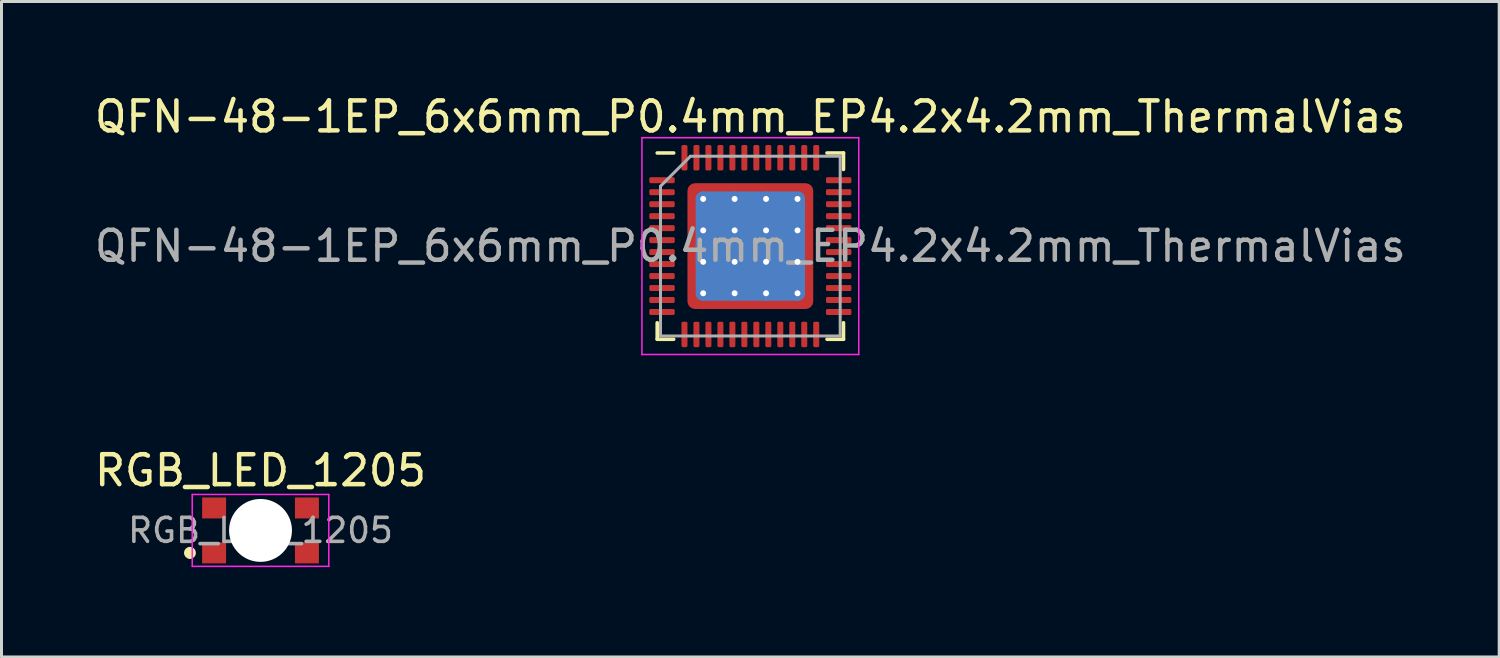
<source format=kicad_pcb>
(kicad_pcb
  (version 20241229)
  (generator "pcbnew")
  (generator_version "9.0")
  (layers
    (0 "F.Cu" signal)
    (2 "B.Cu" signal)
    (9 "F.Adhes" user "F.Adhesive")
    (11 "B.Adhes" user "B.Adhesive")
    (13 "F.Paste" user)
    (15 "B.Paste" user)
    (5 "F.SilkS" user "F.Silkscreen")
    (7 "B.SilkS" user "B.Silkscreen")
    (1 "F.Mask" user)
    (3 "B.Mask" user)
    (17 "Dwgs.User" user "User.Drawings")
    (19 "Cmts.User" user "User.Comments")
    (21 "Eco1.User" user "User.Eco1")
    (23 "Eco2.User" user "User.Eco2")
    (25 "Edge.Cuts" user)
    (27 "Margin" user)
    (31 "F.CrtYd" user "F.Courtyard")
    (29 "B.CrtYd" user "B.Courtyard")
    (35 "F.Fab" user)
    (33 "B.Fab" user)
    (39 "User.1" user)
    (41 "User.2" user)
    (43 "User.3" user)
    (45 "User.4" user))
  (footprint "QFN-48-1EP_6x6mm_P0.4mm_EP4.2x4.2mm_ThermalVias"
    (layer "F.Cu")
    (at 22.006 5.168)
    (property "Reference" "QFN-48-1EP_6x6mm_P0.4mm_EP4.2x4.2mm_ThermalVias" (at 0 -4.32 0) (layer "F.SilkS") (effects (font (size 1 1) (thickness 0.15))))
    (attr smd)
    (fp_line (start -3.11 3.11) (end -3.11 2.56) (stroke (width 0.12) (type solid)) (layer "F.SilkS"))
    (fp_line (start -2.56 -3.11) (end -3.11 -3.11) (stroke (width 0.12) (type solid)) (layer "F.SilkS"))
    (fp_line (start -2.56 3.11) (end -3.11 3.11) (stroke (width 0.12) (type solid)) (layer "F.SilkS"))
    (fp_line (start 2.56 -3.11) (end 3.11 -3.11) (stroke (width 0.12) (type solid)) (layer "F.SilkS"))
    (fp_line (start 2.56 3.11) (end 3.11 3.11) (stroke (width 0.12) (type solid)) (layer "F.SilkS"))
    (fp_line (start 3.11 -3.11) (end 3.11 -2.56) (stroke (width 0.12) (type solid)) (layer "F.SilkS"))
    (fp_line (start 3.11 3.11) (end 3.11 2.56) (stroke (width 0.12) (type solid)) (layer "F.SilkS"))
    (fp_line (start -3.62 -3.62) (end -3.62 3.62) (stroke (width 0.05) (type solid)) (layer "F.CrtYd"))
    (fp_line (start -3.62 3.62) (end 3.62 3.62) (stroke (width 0.05) (type solid)) (layer "F.CrtYd"))
    (fp_line (start 3.62 -3.62) (end -3.62 -3.62) (stroke (width 0.05) (type solid)) (layer "F.CrtYd"))
    (fp_line (start 3.62 3.62) (end 3.62 -3.62) (stroke (width 0.05) (type solid)) (layer "F.CrtYd"))
    (fp_line (start -3 -2) (end -2 -3) (stroke (width 0.1) (type solid)) (layer "F.Fab"))
    (fp_line (start -3 3) (end -3 -2) (stroke (width 0.1) (type solid)) (layer "F.Fab"))
    (fp_line (start -2 -3) (end 3 -3) (stroke (width 0.1) (type solid)) (layer "F.Fab"))
    (fp_line (start 3 -3) (end 3 3) (stroke (width 0.1) (type solid)) (layer "F.Fab"))
    (fp_line (start 3 3) (end -3 3) (stroke (width 0.1) (type solid)) (layer "F.Fab"))
    (fp_text user "${REFERENCE}" (at 0 0 0) (layer "F.Fab") (effects (font (size 1 1) (thickness 0.15))))
    (pad "" smd custom (at -1.837 -1.837) (size 0.295 0.295) (layers "F.Paste") (options (anchor circle)) (primitives (gr_poly (pts (xy -0.106 -0.106) (xy 0.106 -0.106) (xy 0.106 -0.013) (xy -0.013 0.106) (xy -0.106 0.106)) (width 0.212) (fill yes))))
    (pad "" smd custom (at -1.837 -1.05) (size 0.331 0.331) (layers "F.Paste") (options (anchor circle)) (primitives (gr_poly (pts (xy -0.12 -0.331) (xy 0.043 -0.331) (xy 0.12 -0.255) (xy 0.12 0.255) (xy 0.043 0.331) (xy -0.12 0.331)) (width 0.184) (fill yes))))
    (pad "" smd custom (at -1.837 0) (size 0.331 0.331) (layers "F.Paste") (options (anchor circle)) (primitives (gr_poly (pts (xy -0.12 -0.331) (xy 0.043 -0.331) (xy 0.12 -0.255) (xy 0.12 0.255) (xy 0.043 0.331) (xy -0.12 0.331)) (width 0.184) (fill yes))))
    (pad "" smd custom (at -1.837 1.05) (size 0.331 0.331) (layers "F.Paste") (options (anchor circle)) (primitives (gr_poly (pts (xy -0.12 -0.331) (xy 0.043 -0.331) (xy 0.12 -0.255) (xy 0.12 0.255) (xy 0.043 0.331) (xy -0.12 0.331)) (width 0.184) (fill yes))))
    (pad "" smd custom (at -1.837 1.837) (size 0.295 0.295) (layers "F.Paste") (options (anchor circle)) (primitives (gr_poly (pts (xy -0.106 -0.106) (xy -0.013 -0.106) (xy 0.106 0.013) (xy 0.106 0.106) (xy -0.106 0.106)) (width 0.212) (fill yes))))
    (pad "" smd custom (at -1.05 -1.837) (size 0.331 0.331) (layers "F.Paste") (options (anchor circle)) (primitives (gr_poly (pts (xy -0.331 -0.12) (xy 0.331 -0.12) (xy 0.331 0.043) (xy 0.255 0.12) (xy -0.255 0.12) (xy -0.331 0.043)) (width 0.184) (fill yes))))
    (pad "" smd roundrect (at -1.05 -1.05) (size 0.847 0.847) (layers "F.Paste") (roundrect_rratio 0.25))
    (pad "" smd roundrect (at -1.05 0) (size 0.847 0.847) (layers "F.Paste") (roundrect_rratio 0.25))
    (pad "" smd roundrect (at -1.05 1.05) (size 0.847 0.847) (layers "F.Paste") (roundrect_rratio 0.25))
    (pad "" smd custom (at -1.05 1.837) (size 0.331 0.331) (layers "F.Paste") (options (anchor circle)) (primitives (gr_poly (pts (xy -0.331 -0.043) (xy -0.255 -0.12) (xy 0.255 -0.12) (xy 0.331 -0.043) (xy 0.331 0.12) (xy -0.331 0.12)) (width 0.184) (fill yes))))
    (pad "" smd custom (at 0 -1.837) (size 0.331 0.331) (layers "F.Paste") (options (anchor circle)) (primitives (gr_poly (pts (xy -0.331 -0.12) (xy 0.331 -0.12) (xy 0.331 0.043) (xy 0.255 0.12) (xy -0.255 0.12) (xy -0.331 0.043)) (width 0.184) (fill yes))))
    (pad "" smd roundrect (at 0 -1.05) (size 0.847 0.847) (layers "F.Paste") (roundrect_rratio 0.25))
    (pad "" smd roundrect (at 0 0) (size 0.847 0.847) (layers "F.Paste") (roundrect_rratio 0.25))
    (pad "" smd roundrect (at 0 1.05) (size 0.847 0.847) (layers "F.Paste") (roundrect_rratio 0.25))
    (pad "" smd custom (at 0 1.837) (size 0.331 0.331) (layers "F.Paste") (options (anchor circle)) (primitives (gr_poly (pts (xy -0.331 -0.043) (xy -0.255 -0.12) (xy 0.255 -0.12) (xy 0.331 -0.043) (xy 0.331 0.12) (xy -0.331 0.12)) (width 0.184) (fill yes))))
    (pad "" smd custom (at 1.05 -1.837) (size 0.331 0.331) (layers "F.Paste") (options (anchor circle)) (primitives (gr_poly (pts (xy -0.331 -0.12) (xy 0.331 -0.12) (xy 0.331 0.043) (xy 0.255 0.12) (xy -0.255 0.12) (xy -0.331 0.043)) (width 0.184) (fill yes))))
    (pad "" smd roundrect (at 1.05 -1.05) (size 0.847 0.847) (layers "F.Paste") (roundrect_rratio 0.25))
    (pad "" smd roundrect (at 1.05 0) (size 0.847 0.847) (layers "F.Paste") (roundrect_rratio 0.25))
    (pad "" smd roundrect (at 1.05 1.05) (size 0.847 0.847) (layers "F.Paste") (roundrect_rratio 0.25))
    (pad "" smd custom (at 1.05 1.837) (size 0.331 0.331) (layers "F.Paste") (options (anchor circle)) (primitives (gr_poly (pts (xy -0.331 -0.043) (xy -0.255 -0.12) (xy 0.255 -0.12) (xy 0.331 -0.043) (xy 0.331 0.12) (xy -0.331 0.12)) (width 0.184) (fill yes))))
    (pad "" smd custom (at 1.837 -1.837) (size 0.295 0.295) (layers "F.Paste") (options (anchor circle)) (primitives (gr_poly (pts (xy -0.106 -0.106) (xy 0.106 -0.106) (xy 0.106 0.106) (xy 0.013 0.106) (xy -0.106 -0.013)) (width 0.212) (fill yes))))
    (pad "" smd custom (at 1.837 -1.05) (size 0.331 0.331) (layers "F.Paste") (options (anchor circle)) (primitives (gr_poly (pts (xy -0.12 -0.255) (xy -0.043 -0.331) (xy 0.12 -0.331) (xy 0.12 0.331) (xy -0.043 0.331) (xy -0.12 0.255)) (width 0.184) (fill yes))))
    (pad "" smd custom (at 1.837 0) (size 0.331 0.331) (layers "F.Paste") (options (anchor circle)) (primitives (gr_poly (pts (xy -0.12 -0.255) (xy -0.043 -0.331) (xy 0.12 -0.331) (xy 0.12 0.331) (xy -0.043 0.331) (xy -0.12 0.255)) (width 0.184) (fill yes))))
    (pad "" smd custom (at 1.837 1.05) (size 0.331 0.331) (layers "F.Paste") (options (anchor circle)) (primitives (gr_poly (pts (xy -0.12 -0.255) (xy -0.043 -0.331) (xy 0.12 -0.331) (xy 0.12 0.331) (xy -0.043 0.331) (xy -0.12 0.255)) (width 0.184) (fill yes))))
    (pad "" smd custom (at 1.837 1.837) (size 0.295 0.295) (layers "F.Paste") (options (anchor circle)) (primitives (gr_poly (pts (xy -0.106 0.013) (xy 0.013 -0.106) (xy 0.106 -0.106) (xy 0.106 0.106) (xy -0.106 0.106)) (width 0.212) (fill yes))))
    (pad "1" smd roundrect (at -2.95 -2.2) (size 0.85 0.2) (layers "F.Cu" "F.Mask" "F.Paste") (roundrect_rratio 0.25))
    (pad "2" smd roundrect (at -2.95 -1.8) (size 0.85 0.2) (layers "F.Cu" "F.Mask" "F.Paste") (roundrect_rratio 0.25))
    (pad "3" smd roundrect (at -2.95 -1.4) (size 0.85 0.2) (layers "F.Cu" "F.Mask" "F.Paste") (roundrect_rratio 0.25))
    (pad "4" smd roundrect (at -2.95 -1) (size 0.85 0.2) (layers "F.Cu" "F.Mask" "F.Paste") (roundrect_rratio 0.25))
    (pad "5" smd roundrect (at -2.95 -0.6) (size 0.85 0.2) (layers "F.Cu" "F.Mask" "F.Paste") (roundrect_rratio 0.25))
    (pad "6" smd roundrect (at -2.95 -0.2) (size 0.85 0.2) (layers "F.Cu" "F.Mask" "F.Paste") (roundrect_rratio 0.25))
    (pad "7" smd roundrect (at -2.95 0.2) (size 0.85 0.2) (layers "F.Cu" "F.Mask" "F.Paste") (roundrect_rratio 0.25))
    (pad "8" smd roundrect (at -2.95 0.6) (size 0.85 0.2) (layers "F.Cu" "F.Mask" "F.Paste") (roundrect_rratio 0.25))
    (pad "9" smd roundrect (at -2.95 1) (size 0.85 0.2) (layers "F.Cu" "F.Mask" "F.Paste") (roundrect_rratio 0.25))
    (pad "10" smd roundrect (at -2.95 1.4) (size 0.85 0.2) (layers "F.Cu" "F.Mask" "F.Paste") (roundrect_rratio 0.25))
    (pad "11" smd roundrect (at -2.95 1.8) (size 0.85 0.2) (layers "F.Cu" "F.Mask" "F.Paste") (roundrect_rratio 0.25))
    (pad "12" smd roundrect (at -2.95 2.2) (size 0.85 0.2) (layers "F.Cu" "F.Mask" "F.Paste") (roundrect_rratio 0.25))
    (pad "13" smd roundrect (at -2.2 2.95) (size 0.2 0.85) (layers "F.Cu" "F.Mask" "F.Paste") (roundrect_rratio 0.25))
    (pad "14" smd roundrect (at -1.8 2.95) (size 0.2 0.85) (layers "F.Cu" "F.Mask" "F.Paste") (roundrect_rratio 0.25))
    (pad "15" smd roundrect (at -1.4 2.95) (size 0.2 0.85) (layers "F.Cu" "F.Mask" "F.Paste") (roundrect_rratio 0.25))
    (pad "16" smd roundrect (at -1 2.95) (size 0.2 0.85) (layers "F.Cu" "F.Mask" "F.Paste") (roundrect_rratio 0.25))
    (pad "17" smd roundrect (at -0.6 2.95) (size 0.2 0.85) (layers "F.Cu" "F.Mask" "F.Paste") (roundrect_rratio 0.25))
    (pad "18" smd roundrect (at -0.2 2.95) (size 0.2 0.85) (layers "F.Cu" "F.Mask" "F.Paste") (roundrect_rratio 0.25))
    (pad "19" smd roundrect (at 0.2 2.95) (size 0.2 0.85) (layers "F.Cu" "F.Mask" "F.Paste") (roundrect_rratio 0.25))
    (pad "20" smd roundrect (at 0.6 2.95) (size 0.2 0.85) (layers "F.Cu" "F.Mask" "F.Paste") (roundrect_rratio 0.25))
    (pad "21" smd roundrect (at 1 2.95) (size 0.2 0.85) (layers "F.Cu" "F.Mask" "F.Paste") (roundrect_rratio 0.25))
    (pad "22" smd roundrect (at 1.4 2.95) (size 0.2 0.85) (layers "F.Cu" "F.Mask" "F.Paste") (roundrect_rratio 0.25))
    (pad "23" smd roundrect (at 1.8 2.95) (size 0.2 0.85) (layers "F.Cu" "F.Mask" "F.Paste") (roundrect_rratio 0.25))
    (pad "24" smd roundrect (at 2.2 2.95) (size 0.2 0.85) (layers "F.Cu" "F.Mask" "F.Paste") (roundrect_rratio 0.25))
    (pad "25" smd roundrect (at 2.95 2.2) (size 0.85 0.2) (layers "F.Cu" "F.Mask" "F.Paste") (roundrect_rratio 0.25))
    (pad "26" smd roundrect (at 2.95 1.8) (size 0.85 0.2) (layers "F.Cu" "F.Mask" "F.Paste") (roundrect_rratio 0.25))
    (pad "27" smd roundrect (at 2.95 1.4) (size 0.85 0.2) (layers "F.Cu" "F.Mask" "F.Paste") (roundrect_rratio 0.25))
    (pad "28" smd roundrect (at 2.95 1) (size 0.85 0.2) (layers "F.Cu" "F.Mask" "F.Paste") (roundrect_rratio 0.25))
    (pad "29" smd roundrect (at 2.95 0.6) (size 0.85 0.2) (layers "F.Cu" "F.Mask" "F.Paste") (roundrect_rratio 0.25))
    (pad "30" smd roundrect (at 2.95 0.2) (size 0.85 0.2) (layers "F.Cu" "F.Mask" "F.Paste") (roundrect_rratio 0.25))
    (pad "31" smd roundrect (at 2.95 -0.2) (size 0.85 0.2) (layers "F.Cu" "F.Mask" "F.Paste") (roundrect_rratio 0.25))
    (pad "32" smd roundrect (at 2.95 -0.6) (size 0.85 0.2) (layers "F.Cu" "F.Mask" "F.Paste") (roundrect_rratio 0.25))
    (pad "33" smd roundrect (at 2.95 -1) (size 0.85 0.2) (layers "F.Cu" "F.Mask" "F.Paste") (roundrect_rratio 0.25))
    (pad "34" smd roundrect (at 2.95 -1.4) (size 0.85 0.2) (layers "F.Cu" "F.Mask" "F.Paste") (roundrect_rratio 0.25))
    (pad "35" smd roundrect (at 2.95 -1.8) (size 0.85 0.2) (layers "F.Cu" "F.Mask" "F.Paste") (roundrect_rratio 0.25))
    (pad "36" smd roundrect (at 2.95 -2.2) (size 0.85 0.2) (layers "F.Cu" "F.Mask" "F.Paste") (roundrect_rratio 0.25))
    (pad "37" smd roundrect (at 2.2 -2.95) (size 0.2 0.85) (layers "F.Cu" "F.Mask" "F.Paste") (roundrect_rratio 0.25))
    (pad "38" smd roundrect (at 1.8 -2.95) (size 0.2 0.85) (layers "F.Cu" "F.Mask" "F.Paste") (roundrect_rratio 0.25))
    (pad "39" smd roundrect (at 1.4 -2.95) (size 0.2 0.85) (layers "F.Cu" "F.Mask" "F.Paste") (roundrect_rratio 0.25))
    (pad "40" smd roundrect (at 1 -2.95) (size 0.2 0.85) (layers "F.Cu" "F.Mask" "F.Paste") (roundrect_rratio 0.25))
    (pad "41" smd roundrect (at 0.6 -2.95) (size 0.2 0.85) (layers "F.Cu" "F.Mask" "F.Paste") (roundrect_rratio 0.25))
    (pad "42" smd roundrect (at 0.2 -2.95) (size 0.2 0.85) (layers "F.Cu" "F.Mask" "F.Paste") (roundrect_rratio 0.25))
    (pad "43" smd roundrect (at -0.2 -2.95) (size 0.2 0.85) (layers "F.Cu" "F.Mask" "F.Paste") (roundrect_rratio 0.25))
    (pad "44" smd roundrect (at -0.6 -2.95) (size 0.2 0.85) (layers "F.Cu" "F.Mask" "F.Paste") (roundrect_rratio 0.25))
    (pad "45" smd roundrect (at -1 -2.95) (size 0.2 0.85) (layers "F.Cu" "F.Mask" "F.Paste") (roundrect_rratio 0.25))
    (pad "46" smd roundrect (at -1.4 -2.95) (size 0.2 0.85) (layers "F.Cu" "F.Mask" "F.Paste") (roundrect_rratio 0.25))
    (pad "47" smd roundrect (at -1.8 -2.95) (size 0.2 0.85) (layers "F.Cu" "F.Mask" "F.Paste") (roundrect_rratio 0.25))
    (pad "48" smd roundrect (at -2.2 -2.95) (size 0.2 0.85) (layers "F.Cu" "F.Mask" "F.Paste") (roundrect_rratio 0.25))
    (pad "49" thru_hole circle (at -1.575 -1.575) (size 0.5 0.5) (drill 0.2) (layers "*.Cu"))
    (pad "49" thru_hole circle (at -1.575 -0.525) (size 0.5 0.5) (drill 0.2) (layers "*.Cu"))
    (pad "49" thru_hole circle (at -1.575 0.525) (size 0.5 0.5) (drill 0.2) (layers "*.Cu"))
    (pad "49" thru_hole circle (at -1.575 1.575) (size 0.5 0.5) (drill 0.2) (layers "*.Cu"))
    (pad "49" thru_hole circle (at -0.525 -1.575) (size 0.5 0.5) (drill 0.2) (layers "*.Cu"))
    (pad "49" thru_hole circle (at -0.525 -0.525) (size 0.5 0.5) (drill 0.2) (layers "*.Cu"))
    (pad "49" thru_hole circle (at -0.525 0.525) (size 0.5 0.5) (drill 0.2) (layers "*.Cu"))
    (pad "49" thru_hole circle (at -0.525 1.575) (size 0.5 0.5) (drill 0.2) (layers "*.Cu"))
    (pad "49" smd roundrect (at 0 0) (size 3.65 3.65) (layers "B.Cu") (roundrect_rratio 0.068))
    (pad "49" smd roundrect (at 0 0) (size 4.2 4.2) (layers "F.Cu" "F.Mask") (roundrect_rratio 0.06))
    (pad "49" thru_hole circle (at 0.525 -1.575) (size 0.5 0.5) (drill 0.2) (layers "*.Cu"))
    (pad "49" thru_hole circle (at 0.525 -0.525) (size 0.5 0.5) (drill 0.2) (layers "*.Cu"))
    (pad "49" thru_hole circle (at 0.525 0.525) (size 0.5 0.5) (drill 0.2) (layers "*.Cu"))
    (pad "49" thru_hole circle (at 0.525 1.575) (size 0.5 0.5) (drill 0.2) (layers "*.Cu"))
    (pad "49" thru_hole circle (at 1.575 -1.575) (size 0.5 0.5) (drill 0.2) (layers "*.Cu"))
    (pad "49" thru_hole circle (at 1.575 -0.525) (size 0.5 0.5) (drill 0.2) (layers "*.Cu"))
    (pad "49" thru_hole circle (at 1.575 0.525) (size 0.5 0.5) (drill 0.2) (layers "*.Cu"))
    (pad "49" thru_hole circle (at 1.575 1.575) (size 0.5 0.5) (drill 0.2) (layers "*.Cu")))
  (footprint "RGB_LED_1205"
    (layer "F.Cu")
    (at 5.649 14.662)
    (property "Reference" "RGB_LED_1205" (at 0 -2 0) (layer "F.SilkS") (effects (font (size 1 1) (thickness 0.15))))
    (attr smd)
    (fp_arc (start -2.3559 0.65) (mid -2.2559 0.75) (end -2.3559 0.85) (stroke (width 0.2) (type solid)) (layer "F.SilkS"))
    (fp_arc (start -2.3559 0.85) (mid -2.4559 0.75) (end -2.3559 0.65) (stroke (width 0.2) (type solid)) (layer "F.SilkS"))
    (fp_line (start -2.28 -1.2) (end 2.28 -1.2) (stroke (width 0.05) (type solid)) (layer "F.CrtYd"))
    (fp_line (start -2.28 1.2) (end -2.28 -1.2) (stroke (width 0.05) (type solid)) (layer "F.CrtYd"))
    (fp_line (start 2.28 -1.2) (end 2.28 1.2) (stroke (width 0.05) (type solid)) (layer "F.CrtYd"))
    (fp_line (start 2.28 1.2) (end -2.28 1.2) (stroke (width 0.05) (type solid)) (layer "F.CrtYd"))
    (fp_text user "${REFERENCE}" (at 0 0 0) (layer "F.Fab") (effects (font (size 0.8 0.8) (thickness 0.12))))
    (pad "" np_thru_hole circle (at 0 0) (size 2.1 2.1) (drill 2.1) (layers "*.Cu" "*.Mask"))
    (pad "1" smd rect (at 1.55 0.75) (size 0.8 0.7) (layers "F.Cu" "F.Mask" "F.Paste"))
    (pad "2" smd rect (at -1.55 0.75) (size 0.8 0.7) (layers "F.Cu" "F.Mask" "F.Paste"))
    (pad "3" smd rect (at -1.55 -0.75) (size 0.8 0.7) (layers "F.Cu" "F.Mask" "F.Paste"))
    (pad "4" smd rect (at 1.55 -0.75) (size 0.8 0.7) (layers "F.Cu" "F.Mask" "F.Paste")))
  (gr_rect
    (start -3 -3)
    (end 47.012 18.887)
    (stroke (width 0.1) (type default))
    (fill no)
    (layer "Edge.Cuts")))
</source>
